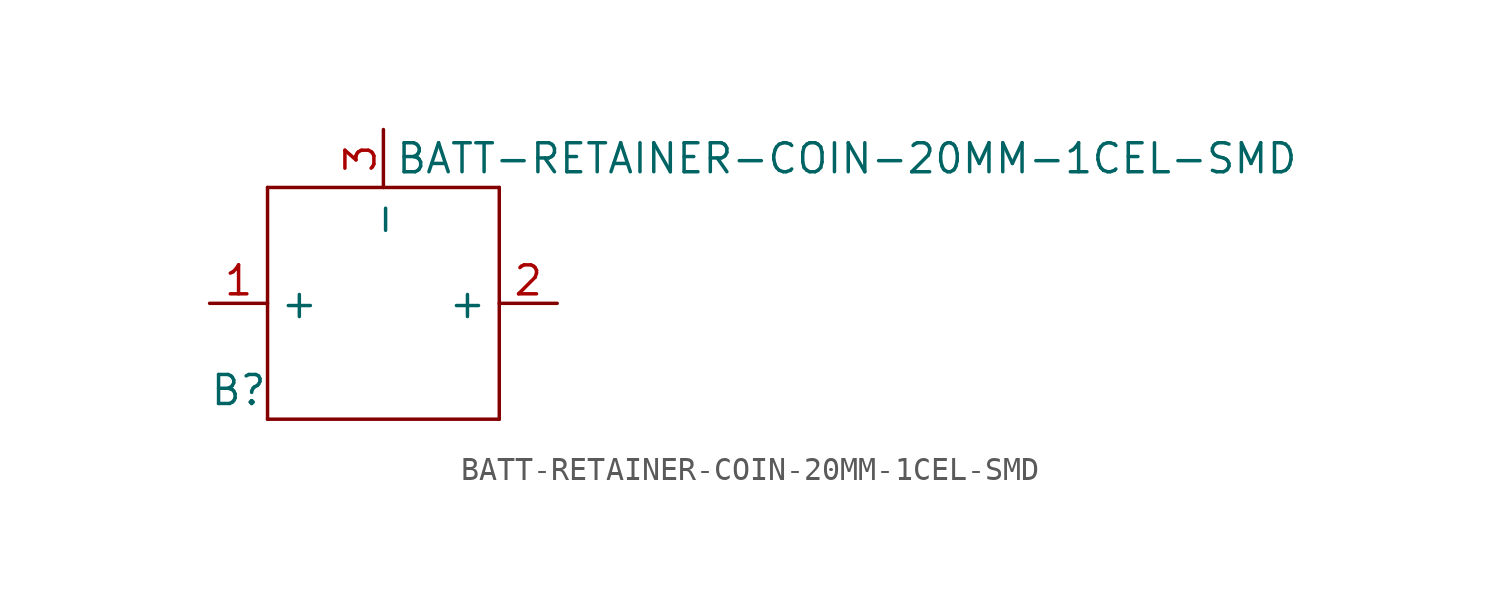
<source format=kicad_sym>
(kicad_symbol_lib
  (version 20211014)
  (generator kicad_symbol_editor)
  (symbol "BATT-RETAINER-COIN-20MM-1CEL-SMD"
    (property "Reference" "B"
      (at -6.35 -3.81 0)
      (effects (font (size 1.27 1.27))))
    (property "Value" "BATT-RETAINER-COIN-20MM-1CEL-SMD"
      (at 20.32 6.35 0)
      (effects (font (size 1.27 1.27))))
    (symbol "BATT-RETAINER-COIN-20MM-1CEL-SMD_0_1"
      (polyline (pts (xy -5.08 -5.08) (xy 5.08 -5.08)) (stroke (width 0) (type default) (color 0 0 0 0)) (fill (type none)))
      (polyline (pts (xy -5.08 5.08) (xy -5.08 -5.08)) (stroke (width 0) (type default) (color 0 0 0 0)) (fill (type none)))
      (polyline (pts (xy -5.08 5.08) (xy 5.08 5.08)) (stroke (width 0) (type default) (color 0 0 0 0)) (fill (type none)))
      (polyline (pts (xy 5.08 5.08) (xy 5.08 -5.08)) (stroke (width 0) (type default) (color 0 0 0 0)) (fill (type none))))
    (symbol "BATT-RETAINER-COIN-20MM-1CEL-SMD_1_1"
      (pin power_out line (at -7.62 0 0) (length 2.54) (name "+" (effects (font (size 1.27 1.27)))) (number "1" (effects (font (size 1.27 1.27)))))
      (pin power_out line (at 7.62 0 180) (length 2.54) (name "+" (effects (font (size 1.27 1.27)))) (number "2" (effects (font (size 1.27 1.27)))))
      (pin power_in line (at 0 7.62 270) (length 2.54) (name "-" (effects (font (size 1.27 1.27)))) (number "3" (effects (font (size 1.27 1.27))))))))
</source>
